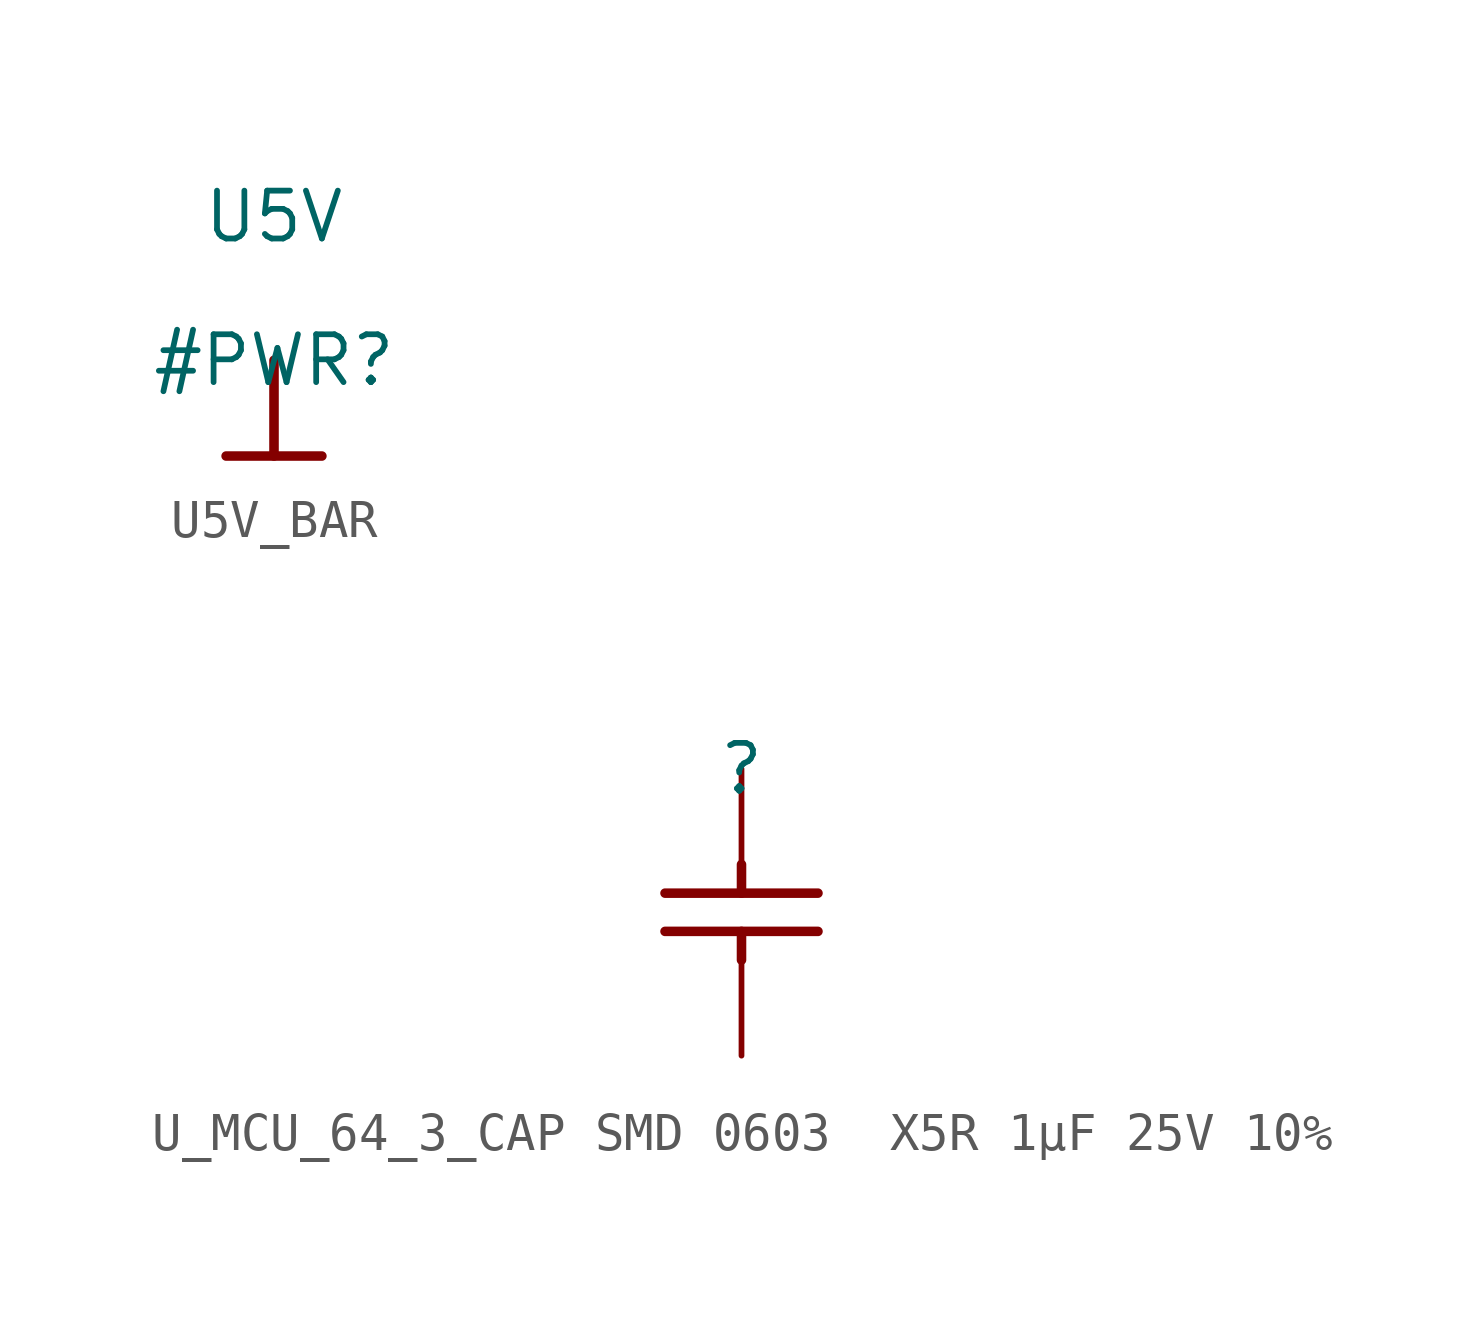
<source format=kicad_sym>
(kicad_symbol_lib
  (version 20231120)
  (generator "kicad_symbol_editor")
  (generator_version "8.0")
  (symbol "U5V_BAR"
    (power)
    (property "Reference" "#PWR"
      (at 0 0 0)
      (effects (font (size 1.27 1.27))))
    (property "Value" "U5V"
      (at 0 3.81 0)
      (effects (font (size 1.27 1.27))))
    (symbol "U5V_BAR_0_0"
      (polyline (pts (xy -1.27 -2.54) (xy 1.27 -2.54)) (stroke (width 0.254) (type solid)) (fill (type none)))
      (polyline (pts (xy 0 0) (xy 0 -2.54)) (stroke (width 0.254) (type solid)) (fill (type none)))
      (pin power_in line (at 0 0 0) (length 0) hide (name "U5V" (effects (font (size 1.27 1.27)))) (number "" (effects (font (size 1.27 1.27)))))))
  (symbol "U_MCU_64_3_CAP SMD 0603  X5R 1µF 25V 10%"
    (property "Reference" ""
      (at 0 0 0)
      (effects (font (size 1.27 1.27))))
    (property "Value" ""
      (at 0 0 0)
      (effects (font (size 1.27 1.27))))
    (symbol "U_MCU_64_3_CAP SMD 0603  X5R 1µF 25V 10%_1_0"
      (polyline (pts (xy -2.032 -3.302) (xy 2.032 -3.302)) (stroke (width 0.254) (type solid)) (fill (type none)))
      (polyline (pts (xy 0 -5.08) (xy 0 -4.318)) (stroke (width 0.254) (type solid)) (fill (type none)))
      (polyline (pts (xy 0 -2.54) (xy 0 -3.302)) (stroke (width 0.254) (type solid)) (fill (type none)))
      (polyline (pts (xy 2.032 -4.318) (xy -2.032 -4.318)) (stroke (width 0.254) (type solid)) (fill (type none)))
      (pin passive line (at 0 0 270) (length 2.54) (name "1" (effects (font (size 0 0)))) (number "1" (effects (font (size 0 0)))))
      (pin passive line (at 0 -7.62 90) (length 2.54) (name "2" (effects (font (size 0 0)))) (number "2" (effects (font (size 0 0))))))))
</source>
